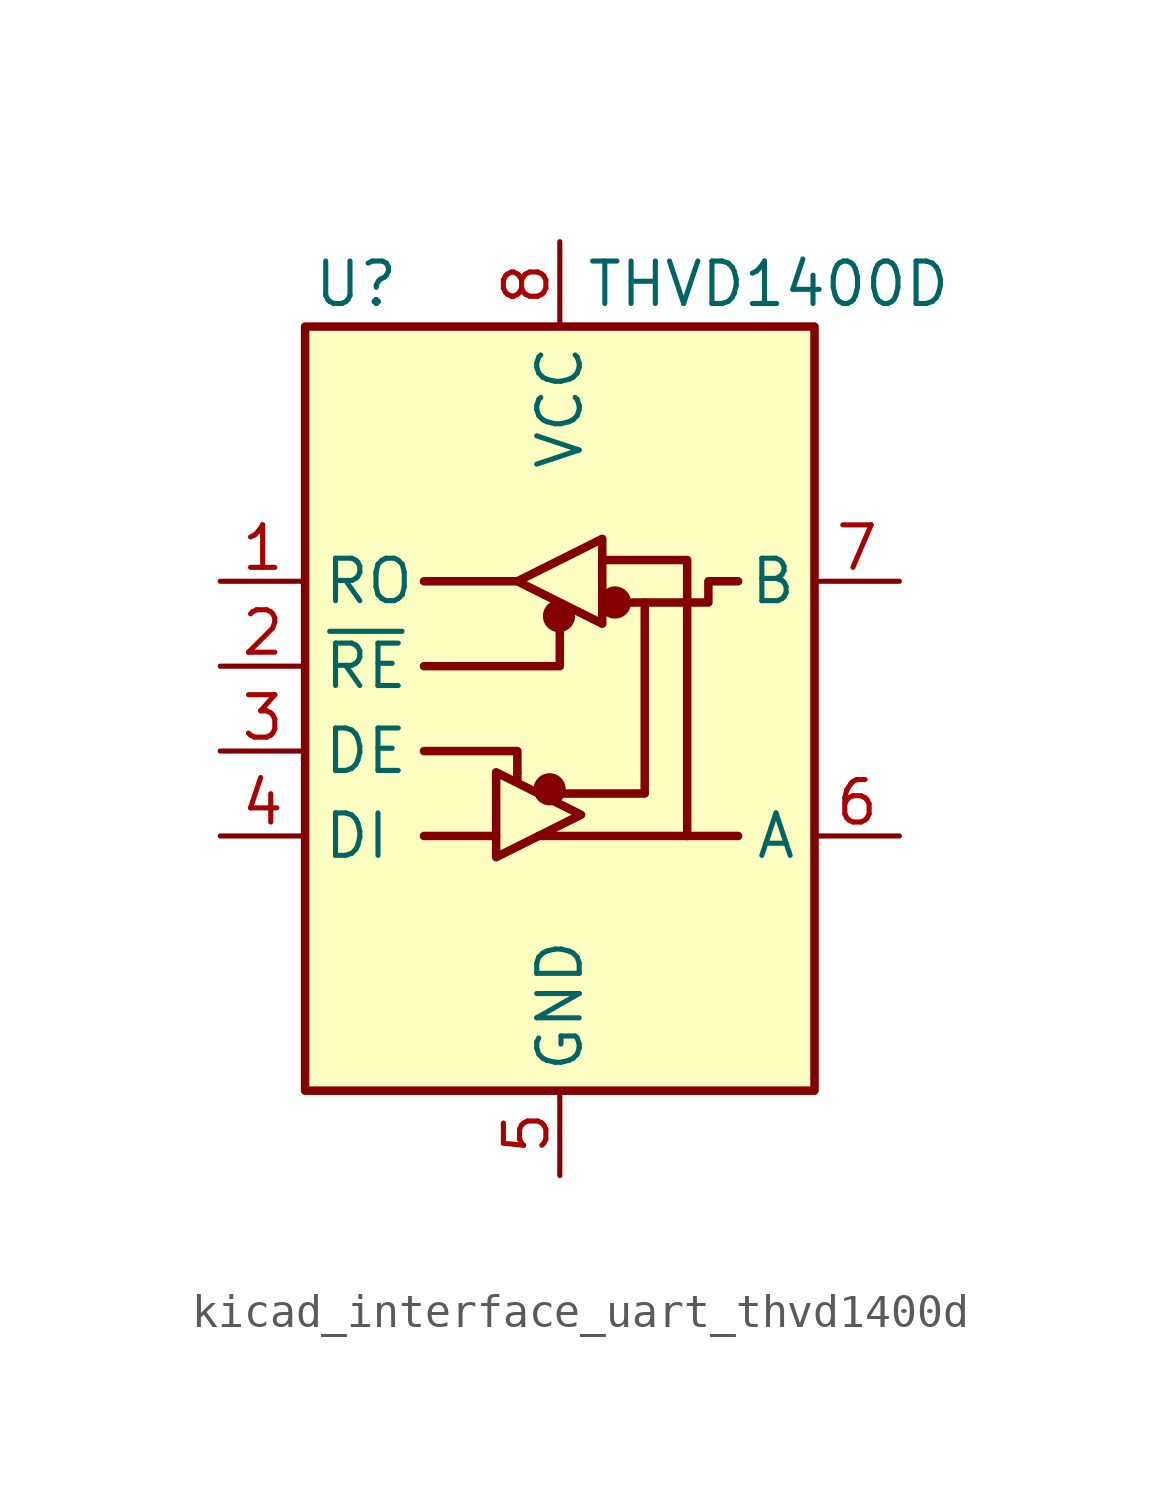
<source format=kicad_sym>
(kicad_symbol_lib
  (version 20220914)
  (generator kicad_symbol_editor)
  (symbol "kicad_interface_uart_thvd1400d"
    (property "Reference" "U"
      (at -6.096 11.43 0)
      (effects (font (size 1.27 1.27))))
    (property "Value" "THVD1400D"
      (at 0.762 11.43 0)
      (effects (font (size 1.27 1.27)) (justify left)))
    (symbol "kicad_interface_uart_thvd1400d_0_1"
      (rectangle (start -7.62 10.16) (end 7.62 -12.7) (stroke (width 0.254) (type default)) (fill (type background)))
      (circle (center -0.305 -3.683) (radius 0.356) (stroke (width 0.254) (type default)) (fill (type outline)))
      (circle (center -0.025 1.499) (radius 0.356) (stroke (width 0.254) (type default)) (fill (type outline)))
      (polyline (pts (xy -4.064 -5.08) (xy -1.905 -5.08)) (stroke (width 0.254) (type default)) (fill (type none)))
      (polyline (pts (xy -4.064 2.54) (xy -1.27 2.54)) (stroke (width 0.254) (type default)) (fill (type none)))
      (polyline (pts (xy -1.27 -3.2) (xy -1.27 -3.454)) (stroke (width 0.254) (type default)) (fill (type none)))
      (polyline (pts (xy -0.635 -5.08) (xy 5.334 -5.08)) (stroke (width 0.254) (type default)) (fill (type none)))
      (polyline (pts (xy -4.064 -2.54) (xy -1.27 -2.54) (xy -1.27 -3.175)) (stroke (width 0.254) (type default)) (fill (type none)))
      (polyline (pts (xy 0 1.27) (xy 0 0) (xy -4.064 0)) (stroke (width 0.254) (type default)) (fill (type none)))
      (polyline (pts (xy 1.27 3.175) (xy 3.81 3.175) (xy 3.81 -5.08)) (stroke (width 0.254) (type default)) (fill (type none)))
      (polyline (pts (xy 2.54 1.905) (xy 2.54 -3.81) (xy 0 -3.81)) (stroke (width 0.254) (type default)) (fill (type none)))
      (polyline (pts (xy -1.905 -3.175) (xy -1.905 -5.715) (xy 0.635 -4.445) (xy -1.905 -3.175)) (stroke (width 0.254) (type default)) (fill (type none)))
      (polyline (pts (xy -1.27 2.54) (xy 1.27 3.81) (xy 1.27 1.27) (xy -1.27 2.54)) (stroke (width 0.254) (type default)) (fill (type none)))
      (polyline (pts (xy 1.905 1.905) (xy 4.445 1.905) (xy 4.445 2.54) (xy 5.334 2.54)) (stroke (width 0.254) (type default)) (fill (type none)))
      (rectangle (start 1.27 3.175) (end 1.27 3.175) (stroke (width 0) (type default)) (fill (type none)))
      (circle (center 1.651 1.905) (radius 0.356) (stroke (width 0.254) (type default)) (fill (type outline))))
    (symbol "kicad_interface_uart_thvd1400d_1_1"
      (pin output line (at -10.16 2.54 0) (length 2.54) (name "RO" (effects (font (size 1.27 1.27)))) (number "1" (effects (font (size 1.27 1.27)))))
      (pin input line (at -10.16 0 0) (length 2.54) (name "~{RE}" (effects (font (size 1.27 1.27)))) (number "2" (effects (font (size 1.27 1.27)))))
      (pin input line (at -10.16 -2.54 0) (length 2.54) (name "DE" (effects (font (size 1.27 1.27)))) (number "3" (effects (font (size 1.27 1.27)))))
      (pin input line (at -10.16 -5.08 0) (length 2.54) (name "DI" (effects (font (size 1.27 1.27)))) (number "4" (effects (font (size 1.27 1.27)))))
      (pin power_in line (at 0 -15.24 90) (length 2.54) (name "GND" (effects (font (size 1.27 1.27)))) (number "5" (effects (font (size 1.27 1.27)))))
      (pin bidirectional line (at 10.16 -5.08 180) (length 2.54) (name "A" (effects (font (size 1.27 1.27)))) (number "6" (effects (font (size 1.27 1.27)))))
      (pin bidirectional line (at 10.16 2.54 180) (length 2.54) (name "B" (effects (font (size 1.27 1.27)))) (number "7" (effects (font (size 1.27 1.27)))))
      (pin power_in line (at 0 12.7 270) (length 2.54) (name "VCC" (effects (font (size 1.27 1.27)))) (number "8" (effects (font (size 1.27 1.27))))))))
</source>
